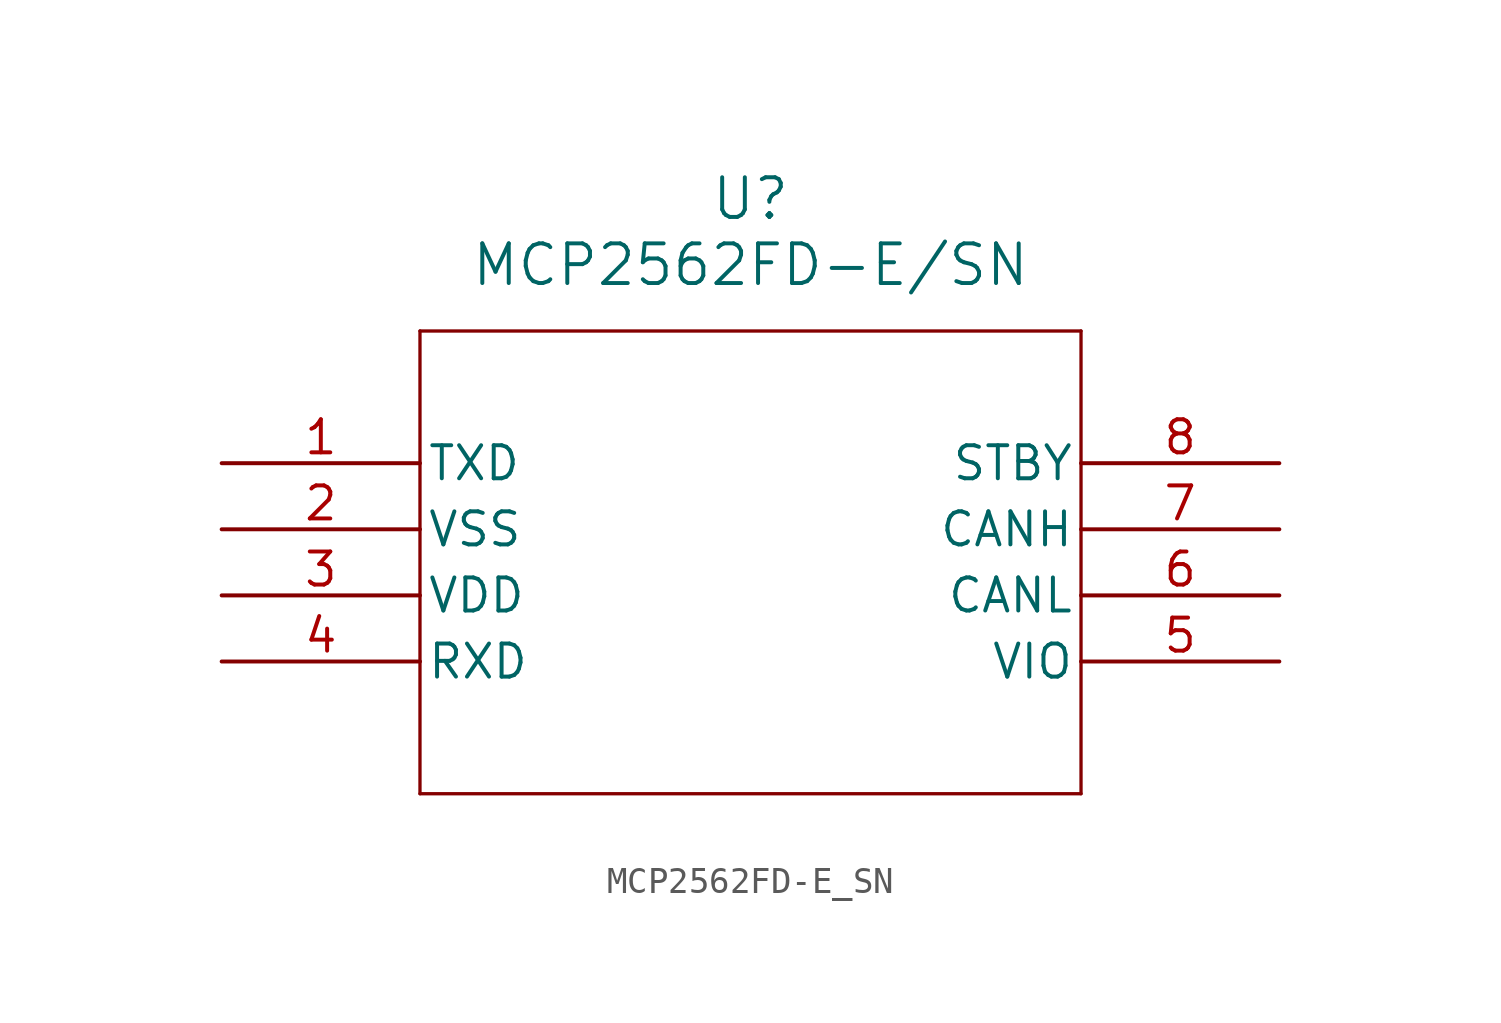
<source format=kicad_sym>
(kicad_symbol_lib
  (version 20211014)
  (generator kicad_symbol_editor)
  (symbol "MCP2562FD-E_SN"
    (pin_names
      (offset 0.254))
    (property "Reference" "U"
      (at 20.32 10.16 0)
      (effects (font (size 1.524 1.524))))
    (property "Value" "MCP2562FD-E/SN"
      (at 20.32 7.62 0)
      (effects (font (size 1.524 1.524))))
    (symbol "MCP2562FD-E_SN_0_1"
      (polyline (pts (xy 7.62 5.08) (xy 7.62 -12.7)) (stroke (width 0.127) (type default) (color 0 0 0 0)) (fill (type none)))
      (polyline (pts (xy 7.62 -12.7) (xy 33.02 -12.7)) (stroke (width 0.127) (type default) (color 0 0 0 0)) (fill (type none)))
      (polyline (pts (xy 33.02 -12.7) (xy 33.02 5.08)) (stroke (width 0.127) (type default) (color 0 0 0 0)) (fill (type none)))
      (polyline (pts (xy 33.02 5.08) (xy 7.62 5.08)) (stroke (width 0.127) (type default) (color 0 0 0 0)) (fill (type none)))
      (pin input line (at 0 0 0) (length 7.62) (name "TXD" (effects (font (size 1.27 1.27)))) (number "1" (effects (font (size 1.27 1.27)))))
      (pin power_in line (at 0 -2.54 0) (length 7.62) (name "VSS" (effects (font (size 1.27 1.27)))) (number "2" (effects (font (size 1.27 1.27)))))
      (pin power_in line (at 0 -5.08 0) (length 7.62) (name "VDD" (effects (font (size 1.27 1.27)))) (number "3" (effects (font (size 1.27 1.27)))))
      (pin output line (at 0 -7.62 0) (length 7.62) (name "RXD" (effects (font (size 1.27 1.27)))) (number "4" (effects (font (size 1.27 1.27)))))
      (pin power_in line (at 40.64 -7.62 180) (length 7.62) (name "VIO" (effects (font (size 1.27 1.27)))) (number "5" (effects (font (size 1.27 1.27)))))
      (pin bidirectional line (at 40.64 -5.08 180) (length 7.62) (name "CANL" (effects (font (size 1.27 1.27)))) (number "6" (effects (font (size 1.27 1.27)))))
      (pin bidirectional line (at 40.64 -2.54 180) (length 7.62) (name "CANH" (effects (font (size 1.27 1.27)))) (number "7" (effects (font (size 1.27 1.27)))))
      (pin input line (at 40.64 0 180) (length 7.62) (name "STBY" (effects (font (size 1.27 1.27)))) (number "8" (effects (font (size 1.27 1.27))))))))
</source>
